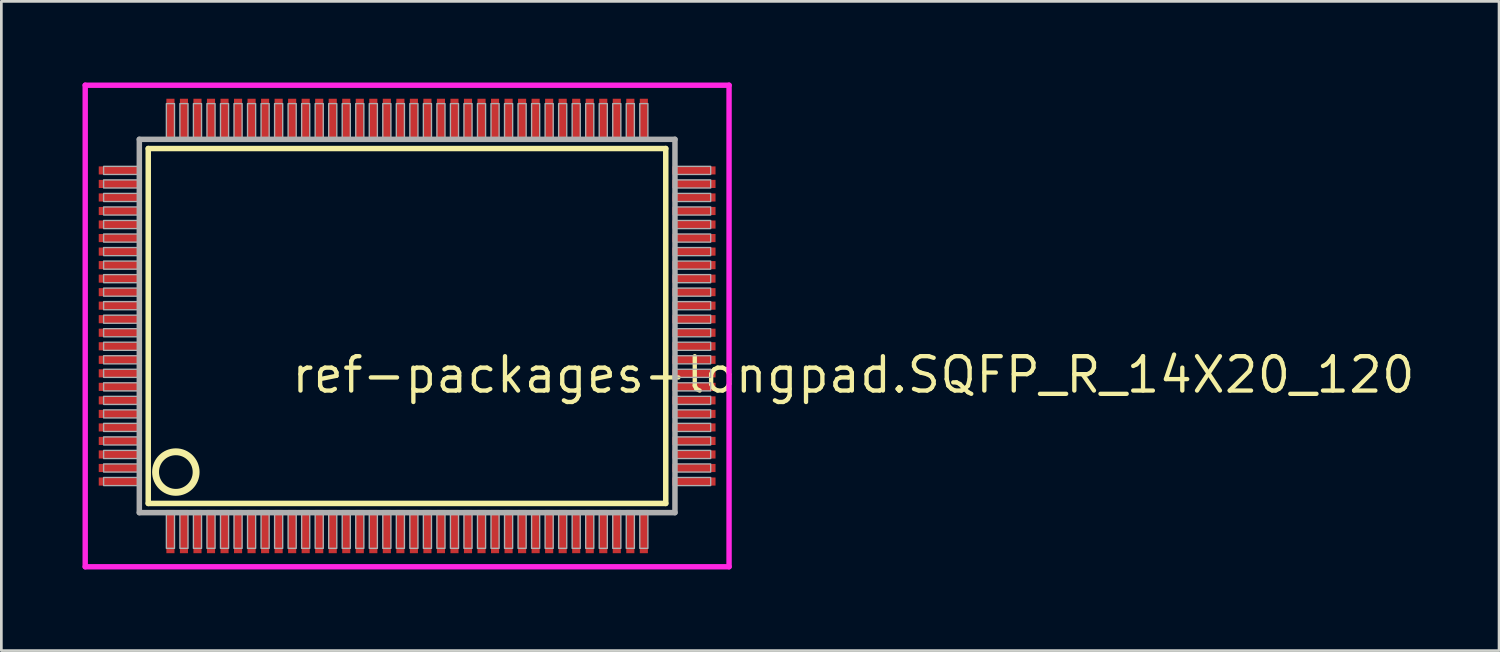
<source format=kicad_pcb>
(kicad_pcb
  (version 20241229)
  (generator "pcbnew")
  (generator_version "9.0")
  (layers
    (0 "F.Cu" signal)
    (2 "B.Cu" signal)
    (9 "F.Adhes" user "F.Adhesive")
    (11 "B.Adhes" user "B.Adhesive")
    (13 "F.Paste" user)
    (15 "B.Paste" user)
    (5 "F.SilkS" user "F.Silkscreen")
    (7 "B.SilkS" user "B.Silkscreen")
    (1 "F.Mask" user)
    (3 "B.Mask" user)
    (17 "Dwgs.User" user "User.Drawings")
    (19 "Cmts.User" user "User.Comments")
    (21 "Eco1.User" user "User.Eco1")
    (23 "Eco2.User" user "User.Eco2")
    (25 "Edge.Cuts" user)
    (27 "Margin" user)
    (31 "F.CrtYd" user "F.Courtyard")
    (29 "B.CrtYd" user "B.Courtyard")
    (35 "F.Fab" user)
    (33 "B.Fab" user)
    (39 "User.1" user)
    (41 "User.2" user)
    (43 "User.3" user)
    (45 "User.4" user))
  (footprint "ref-packages-longpad.SQFP_R_14X20_120"
    (layer "F.Cu")
    (at 12 9)
    (property "Reference" "ref-packages-longpad.SQFP_R_14X20_120" (at -4.35 2.55 0) (layer "F.SilkS") (effects (font (size 1.27 1.27) (thickness 0.16)) (justify left bottom)))
    (attr smd)
    (fp_line (start -9.57 -6.56) (end 9.56 -6.56) (stroke (width 0.203) (type default)) (layer "F.SilkS"))
    (fp_line (start -9.57 6.56) (end -9.57 -6.56) (stroke (width 0.203) (type default)) (layer "F.SilkS"))
    (fp_line (start 9.56 -6.56) (end 9.56 6.56) (stroke (width 0.203) (type default)) (layer "F.SilkS"))
    (fp_line (start 9.56 6.56) (end -9.57 6.56) (stroke (width 0.203) (type default)) (layer "F.SilkS"))
    (fp_circle (center -8.55 5.4) (end -7.8 5.4) (stroke (width 0.254) (type default)) (fill no) (layer "F.SilkS"))
    (fp_line (start -11.9 -8.9) (end 11.9 -8.9) (stroke (width 0.2) (type default)) (layer "F.CrtYd"))
    (fp_line (start -11.9 8.9) (end -11.9 -8.9) (stroke (width 0.2) (type default)) (layer "F.CrtYd"))
    (fp_line (start 11.9 -8.9) (end 11.9 8.9) (stroke (width 0.2) (type default)) (layer "F.CrtYd"))
    (fp_line (start 11.9 8.9) (end -11.9 8.9) (stroke (width 0.2) (type default)) (layer "F.CrtYd"))
    (fp_line (start -9.9 -6.9) (end -9.9 6.9) (stroke (width 0.203) (type default)) (layer "F.Fab"))
    (fp_line (start -9.9 6.9) (end 9.9 6.9) (stroke (width 0.203) (type default)) (layer "F.Fab"))
    (fp_line (start 9.9 -6.9) (end -9.9 -6.9) (stroke (width 0.203) (type default)) (layer "F.Fab"))
    (fp_line (start 9.9 6.9) (end 9.9 -6.9) (stroke (width 0.203) (type default)) (layer "F.Fab"))
    (fp_rect (start -11.22 -5.6) (end -9.95 -5.9) (stroke (width 0.05) (type default)) (fill no) (layer "F.Fab"))
    (fp_rect (start -11.22 -5.1) (end -9.95 -5.4) (stroke (width 0.05) (type default)) (fill no) (layer "F.Fab"))
    (fp_rect (start -11.22 -4.6) (end -9.95 -4.9) (stroke (width 0.05) (type default)) (fill no) (layer "F.Fab"))
    (fp_rect (start -11.22 -4.1) (end -9.95 -4.4) (stroke (width 0.05) (type default)) (fill no) (layer "F.Fab"))
    (fp_rect (start -11.22 -3.6) (end -9.95 -3.9) (stroke (width 0.05) (type default)) (fill no) (layer "F.Fab"))
    (fp_rect (start -11.22 -3.1) (end -9.95 -3.4) (stroke (width 0.05) (type default)) (fill no) (layer "F.Fab"))
    (fp_rect (start -11.22 -2.6) (end -9.95 -2.9) (stroke (width 0.05) (type default)) (fill no) (layer "F.Fab"))
    (fp_rect (start -11.22 -2.1) (end -9.95 -2.4) (stroke (width 0.05) (type default)) (fill no) (layer "F.Fab"))
    (fp_rect (start -11.22 -1.6) (end -9.95 -1.9) (stroke (width 0.05) (type default)) (fill no) (layer "F.Fab"))
    (fp_rect (start -11.22 -1.1) (end -9.95 -1.4) (stroke (width 0.05) (type default)) (fill no) (layer "F.Fab"))
    (fp_rect (start -11.22 -0.6) (end -9.95 -0.9) (stroke (width 0.05) (type default)) (fill no) (layer "F.Fab"))
    (fp_rect (start -11.22 -0.1) (end -9.95 -0.4) (stroke (width 0.05) (type default)) (fill no) (layer "F.Fab"))
    (fp_rect (start -11.22 0.4) (end -9.95 0.1) (stroke (width 0.05) (type default)) (fill no) (layer "F.Fab"))
    (fp_rect (start -11.22 0.9) (end -9.95 0.6) (stroke (width 0.05) (type default)) (fill no) (layer "F.Fab"))
    (fp_rect (start -11.22 1.4) (end -9.95 1.1) (stroke (width 0.05) (type default)) (fill no) (layer "F.Fab"))
    (fp_rect (start -11.22 1.9) (end -9.95 1.6) (stroke (width 0.05) (type default)) (fill no) (layer "F.Fab"))
    (fp_rect (start -11.22 2.4) (end -9.95 2.1) (stroke (width 0.05) (type default)) (fill no) (layer "F.Fab"))
    (fp_rect (start -11.22 2.9) (end -9.95 2.6) (stroke (width 0.05) (type default)) (fill no) (layer "F.Fab"))
    (fp_rect (start -11.22 3.4) (end -9.95 3.1) (stroke (width 0.05) (type default)) (fill no) (layer "F.Fab"))
    (fp_rect (start -11.22 3.9) (end -9.95 3.6) (stroke (width 0.05) (type default)) (fill no) (layer "F.Fab"))
    (fp_rect (start -11.22 4.4) (end -9.95 4.1) (stroke (width 0.05) (type default)) (fill no) (layer "F.Fab"))
    (fp_rect (start -11.22 4.9) (end -9.95 4.6) (stroke (width 0.05) (type default)) (fill no) (layer "F.Fab"))
    (fp_rect (start -11.22 5.4) (end -9.95 5.1) (stroke (width 0.05) (type default)) (fill no) (layer "F.Fab"))
    (fp_rect (start -11.22 5.9) (end -9.95 5.6) (stroke (width 0.05) (type default)) (fill no) (layer "F.Fab"))
    (fp_rect (start -8.9 -6.95) (end -8.6 -8.22) (stroke (width 0.05) (type default)) (fill no) (layer "F.Fab"))
    (fp_rect (start -8.9 8.22) (end -8.6 6.95) (stroke (width 0.05) (type default)) (fill no) (layer "F.Fab"))
    (fp_rect (start -8.4 -6.95) (end -8.1 -8.22) (stroke (width 0.05) (type default)) (fill no) (layer "F.Fab"))
    (fp_rect (start -8.4 8.22) (end -8.1 6.95) (stroke (width 0.05) (type default)) (fill no) (layer "F.Fab"))
    (fp_rect (start -7.9 -6.95) (end -7.6 -8.22) (stroke (width 0.05) (type default)) (fill no) (layer "F.Fab"))
    (fp_rect (start -7.9 8.22) (end -7.6 6.95) (stroke (width 0.05) (type default)) (fill no) (layer "F.Fab"))
    (fp_rect (start -7.4 -6.95) (end -7.1 -8.22) (stroke (width 0.05) (type default)) (fill no) (layer "F.Fab"))
    (fp_rect (start -7.4 8.22) (end -7.1 6.95) (stroke (width 0.05) (type default)) (fill no) (layer "F.Fab"))
    (fp_rect (start -6.9 -6.95) (end -6.6 -8.22) (stroke (width 0.05) (type default)) (fill no) (layer "F.Fab"))
    (fp_rect (start -6.9 8.22) (end -6.6 6.95) (stroke (width 0.05) (type default)) (fill no) (layer "F.Fab"))
    (fp_rect (start -6.4 -6.95) (end -6.1 -8.22) (stroke (width 0.05) (type default)) (fill no) (layer "F.Fab"))
    (fp_rect (start -6.4 8.22) (end -6.1 6.95) (stroke (width 0.05) (type default)) (fill no) (layer "F.Fab"))
    (fp_rect (start -5.9 -6.95) (end -5.6 -8.22) (stroke (width 0.05) (type default)) (fill no) (layer "F.Fab"))
    (fp_rect (start -5.9 8.22) (end -5.6 6.95) (stroke (width 0.05) (type default)) (fill no) (layer "F.Fab"))
    (fp_rect (start -5.4 -6.95) (end -5.1 -8.22) (stroke (width 0.05) (type default)) (fill no) (layer "F.Fab"))
    (fp_rect (start -5.4 8.22) (end -5.1 6.95) (stroke (width 0.05) (type default)) (fill no) (layer "F.Fab"))
    (fp_rect (start -4.9 -6.95) (end -4.6 -8.22) (stroke (width 0.05) (type default)) (fill no) (layer "F.Fab"))
    (fp_rect (start -4.9 8.22) (end -4.6 6.95) (stroke (width 0.05) (type default)) (fill no) (layer "F.Fab"))
    (fp_rect (start -4.4 -6.95) (end -4.1 -8.22) (stroke (width 0.05) (type default)) (fill no) (layer "F.Fab"))
    (fp_rect (start -4.4 8.22) (end -4.1 6.95) (stroke (width 0.05) (type default)) (fill no) (layer "F.Fab"))
    (fp_rect (start -3.9 -6.95) (end -3.6 -8.22) (stroke (width 0.05) (type default)) (fill no) (layer "F.Fab"))
    (fp_rect (start -3.9 8.22) (end -3.6 6.95) (stroke (width 0.05) (type default)) (fill no) (layer "F.Fab"))
    (fp_rect (start -3.4 -6.95) (end -3.1 -8.22) (stroke (width 0.05) (type default)) (fill no) (layer "F.Fab"))
    (fp_rect (start -3.4 8.22) (end -3.1 6.95) (stroke (width 0.05) (type default)) (fill no) (layer "F.Fab"))
    (fp_rect (start -2.9 -6.95) (end -2.6 -8.22) (stroke (width 0.05) (type default)) (fill no) (layer "F.Fab"))
    (fp_rect (start -2.9 8.22) (end -2.6 6.95) (stroke (width 0.05) (type default)) (fill no) (layer "F.Fab"))
    (fp_rect (start -2.4 -6.95) (end -2.1 -8.22) (stroke (width 0.05) (type default)) (fill no) (layer "F.Fab"))
    (fp_rect (start -2.4 8.22) (end -2.1 6.95) (stroke (width 0.05) (type default)) (fill no) (layer "F.Fab"))
    (fp_rect (start -1.9 -6.95) (end -1.6 -8.22) (stroke (width 0.05) (type default)) (fill no) (layer "F.Fab"))
    (fp_rect (start -1.9 8.22) (end -1.6 6.95) (stroke (width 0.05) (type default)) (fill no) (layer "F.Fab"))
    (fp_rect (start -1.4 -6.95) (end -1.1 -8.22) (stroke (width 0.05) (type default)) (fill no) (layer "F.Fab"))
    (fp_rect (start -1.4 8.22) (end -1.1 6.95) (stroke (width 0.05) (type default)) (fill no) (layer "F.Fab"))
    (fp_rect (start -0.9 -6.95) (end -0.6 -8.22) (stroke (width 0.05) (type default)) (fill no) (layer "F.Fab"))
    (fp_rect (start -0.9 8.22) (end -0.6 6.95) (stroke (width 0.05) (type default)) (fill no) (layer "F.Fab"))
    (fp_rect (start -0.4 -6.95) (end -0.1 -8.22) (stroke (width 0.05) (type default)) (fill no) (layer "F.Fab"))
    (fp_rect (start -0.4 8.22) (end -0.1 6.95) (stroke (width 0.05) (type default)) (fill no) (layer "F.Fab"))
    (fp_rect (start 0.1 -6.95) (end 0.4 -8.22) (stroke (width 0.05) (type default)) (fill no) (layer "F.Fab"))
    (fp_rect (start 0.1 8.22) (end 0.4 6.95) (stroke (width 0.05) (type default)) (fill no) (layer "F.Fab"))
    (fp_rect (start 0.6 -6.95) (end 0.9 -8.22) (stroke (width 0.05) (type default)) (fill no) (layer "F.Fab"))
    (fp_rect (start 0.6 8.22) (end 0.9 6.95) (stroke (width 0.05) (type default)) (fill no) (layer "F.Fab"))
    (fp_rect (start 1.1 -6.95) (end 1.4 -8.22) (stroke (width 0.05) (type default)) (fill no) (layer "F.Fab"))
    (fp_rect (start 1.1 8.22) (end 1.4 6.95) (stroke (width 0.05) (type default)) (fill no) (layer "F.Fab"))
    (fp_rect (start 1.6 -6.95) (end 1.9 -8.22) (stroke (width 0.05) (type default)) (fill no) (layer "F.Fab"))
    (fp_rect (start 1.6 8.22) (end 1.9 6.95) (stroke (width 0.05) (type default)) (fill no) (layer "F.Fab"))
    (fp_rect (start 2.1 -6.95) (end 2.4 -8.22) (stroke (width 0.05) (type default)) (fill no) (layer "F.Fab"))
    (fp_rect (start 2.1 8.22) (end 2.4 6.95) (stroke (width 0.05) (type default)) (fill no) (layer "F.Fab"))
    (fp_rect (start 2.6 -6.95) (end 2.9 -8.22) (stroke (width 0.05) (type default)) (fill no) (layer "F.Fab"))
    (fp_rect (start 2.6 8.22) (end 2.9 6.95) (stroke (width 0.05) (type default)) (fill no) (layer "F.Fab"))
    (fp_rect (start 3.1 -6.95) (end 3.4 -8.22) (stroke (width 0.05) (type default)) (fill no) (layer "F.Fab"))
    (fp_rect (start 3.1 8.22) (end 3.4 6.95) (stroke (width 0.05) (type default)) (fill no) (layer "F.Fab"))
    (fp_rect (start 3.6 -6.95) (end 3.9 -8.22) (stroke (width 0.05) (type default)) (fill no) (layer "F.Fab"))
    (fp_rect (start 3.6 8.22) (end 3.9 6.95) (stroke (width 0.05) (type default)) (fill no) (layer "F.Fab"))
    (fp_rect (start 4.1 -6.95) (end 4.4 -8.22) (stroke (width 0.05) (type default)) (fill no) (layer "F.Fab"))
    (fp_rect (start 4.1 8.22) (end 4.4 6.95) (stroke (width 0.05) (type default)) (fill no) (layer "F.Fab"))
    (fp_rect (start 4.6 -6.95) (end 4.9 -8.22) (stroke (width 0.05) (type default)) (fill no) (layer "F.Fab"))
    (fp_rect (start 4.6 8.22) (end 4.9 6.95) (stroke (width 0.05) (type default)) (fill no) (layer "F.Fab"))
    (fp_rect (start 5.1 -6.95) (end 5.4 -8.22) (stroke (width 0.05) (type default)) (fill no) (layer "F.Fab"))
    (fp_rect (start 5.1 8.22) (end 5.4 6.95) (stroke (width 0.05) (type default)) (fill no) (layer "F.Fab"))
    (fp_rect (start 5.6 -6.95) (end 5.9 -8.22) (stroke (width 0.05) (type default)) (fill no) (layer "F.Fab"))
    (fp_rect (start 5.6 8.22) (end 5.9 6.95) (stroke (width 0.05) (type default)) (fill no) (layer "F.Fab"))
    (fp_rect (start 6.1 -6.95) (end 6.4 -8.22) (stroke (width 0.05) (type default)) (fill no) (layer "F.Fab"))
    (fp_rect (start 6.1 8.22) (end 6.4 6.95) (stroke (width 0.05) (type default)) (fill no) (layer "F.Fab"))
    (fp_rect (start 6.6 -6.95) (end 6.9 -8.22) (stroke (width 0.05) (type default)) (fill no) (layer "F.Fab"))
    (fp_rect (start 6.6 8.22) (end 6.9 6.95) (stroke (width 0.05) (type default)) (fill no) (layer "F.Fab"))
    (fp_rect (start 7.1 -6.95) (end 7.4 -8.22) (stroke (width 0.05) (type default)) (fill no) (layer "F.Fab"))
    (fp_rect (start 7.1 8.22) (end 7.4 6.95) (stroke (width 0.05) (type default)) (fill no) (layer "F.Fab"))
    (fp_rect (start 7.6 -6.95) (end 7.9 -8.22) (stroke (width 0.05) (type default)) (fill no) (layer "F.Fab"))
    (fp_rect (start 7.6 8.22) (end 7.9 6.95) (stroke (width 0.05) (type default)) (fill no) (layer "F.Fab"))
    (fp_rect (start 8.1 -6.95) (end 8.4 -8.22) (stroke (width 0.05) (type default)) (fill no) (layer "F.Fab"))
    (fp_rect (start 8.1 8.22) (end 8.4 6.95) (stroke (width 0.05) (type default)) (fill no) (layer "F.Fab"))
    (fp_rect (start 8.6 -6.95) (end 8.9 -8.22) (stroke (width 0.05) (type default)) (fill no) (layer "F.Fab"))
    (fp_rect (start 8.6 8.22) (end 8.9 6.95) (stroke (width 0.05) (type default)) (fill no) (layer "F.Fab"))
    (fp_rect (start 9.95 -5.6) (end 11.22 -5.9) (stroke (width 0.05) (type default)) (fill no) (layer "F.Fab"))
    (fp_rect (start 9.95 -5.1) (end 11.22 -5.4) (stroke (width 0.05) (type default)) (fill no) (layer "F.Fab"))
    (fp_rect (start 9.95 -4.6) (end 11.22 -4.9) (stroke (width 0.05) (type default)) (fill no) (layer "F.Fab"))
    (fp_rect (start 9.95 -4.1) (end 11.22 -4.4) (stroke (width 0.05) (type default)) (fill no) (layer "F.Fab"))
    (fp_rect (start 9.95 -3.6) (end 11.22 -3.9) (stroke (width 0.05) (type default)) (fill no) (layer "F.Fab"))
    (fp_rect (start 9.95 -3.1) (end 11.22 -3.4) (stroke (width 0.05) (type default)) (fill no) (layer "F.Fab"))
    (fp_rect (start 9.95 -2.6) (end 11.22 -2.9) (stroke (width 0.05) (type default)) (fill no) (layer "F.Fab"))
    (fp_rect (start 9.95 -2.1) (end 11.22 -2.4) (stroke (width 0.05) (type default)) (fill no) (layer "F.Fab"))
    (fp_rect (start 9.95 -1.6) (end 11.22 -1.9) (stroke (width 0.05) (type default)) (fill no) (layer "F.Fab"))
    (fp_rect (start 9.95 -1.1) (end 11.22 -1.4) (stroke (width 0.05) (type default)) (fill no) (layer "F.Fab"))
    (fp_rect (start 9.95 -0.6) (end 11.22 -0.9) (stroke (width 0.05) (type default)) (fill no) (layer "F.Fab"))
    (fp_rect (start 9.95 -0.1) (end 11.22 -0.4) (stroke (width 0.05) (type default)) (fill no) (layer "F.Fab"))
    (fp_rect (start 9.95 0.4) (end 11.22 0.1) (stroke (width 0.05) (type default)) (fill no) (layer "F.Fab"))
    (fp_rect (start 9.95 0.9) (end 11.22 0.6) (stroke (width 0.05) (type default)) (fill no) (layer "F.Fab"))
    (fp_rect (start 9.95 1.4) (end 11.22 1.1) (stroke (width 0.05) (type default)) (fill no) (layer "F.Fab"))
    (fp_rect (start 9.95 1.9) (end 11.22 1.6) (stroke (width 0.05) (type default)) (fill no) (layer "F.Fab"))
    (fp_rect (start 9.95 2.4) (end 11.22 2.1) (stroke (width 0.05) (type default)) (fill no) (layer "F.Fab"))
    (fp_rect (start 9.95 2.9) (end 11.22 2.6) (stroke (width 0.05) (type default)) (fill no) (layer "F.Fab"))
    (fp_rect (start 9.95 3.4) (end 11.22 3.1) (stroke (width 0.05) (type default)) (fill no) (layer "F.Fab"))
    (fp_rect (start 9.95 3.9) (end 11.22 3.6) (stroke (width 0.05) (type default)) (fill no) (layer "F.Fab"))
    (fp_rect (start 9.95 4.4) (end 11.22 4.1) (stroke (width 0.05) (type default)) (fill no) (layer "F.Fab"))
    (fp_rect (start 9.95 4.9) (end 11.22 4.6) (stroke (width 0.05) (type default)) (fill no) (layer "F.Fab"))
    (fp_rect (start 9.95 5.4) (end 11.22 5.1) (stroke (width 0.05) (type default)) (fill no) (layer "F.Fab"))
    (fp_rect (start 9.95 5.9) (end 11.22 5.6) (stroke (width 0.05) (type default)) (fill no) (layer "F.Fab"))
    (pad "1" smd roundrect (at -8.75 7.6) (size 0.3 1.6) (layers "F.Cu" "F.Mask" "F.Paste") (roundrect_rratio 0.01))
    (pad "2" smd roundrect (at -8.25 7.6) (size 0.3 1.6) (layers "F.Cu" "F.Mask" "F.Paste") (roundrect_rratio 0.01))
    (pad "3" smd roundrect (at -7.75 7.6) (size 0.3 1.6) (layers "F.Cu" "F.Mask" "F.Paste") (roundrect_rratio 0.01))
    (pad "4" smd roundrect (at -7.25 7.6) (size 0.3 1.6) (layers "F.Cu" "F.Mask" "F.Paste") (roundrect_rratio 0.01))
    (pad "5" smd roundrect (at -6.75 7.6) (size 0.3 1.6) (layers "F.Cu" "F.Mask" "F.Paste") (roundrect_rratio 0.01))
    (pad "6" smd roundrect (at -6.25 7.6) (size 0.3 1.6) (layers "F.Cu" "F.Mask" "F.Paste") (roundrect_rratio 0.01))
    (pad "7" smd roundrect (at -5.75 7.6) (size 0.3 1.6) (layers "F.Cu" "F.Mask" "F.Paste") (roundrect_rratio 0.01))
    (pad "8" smd roundrect (at -5.25 7.6) (size 0.3 1.6) (layers "F.Cu" "F.Mask" "F.Paste") (roundrect_rratio 0.01))
    (pad "9" smd roundrect (at -4.75 7.6) (size 0.3 1.6) (layers "F.Cu" "F.Mask" "F.Paste") (roundrect_rratio 0.01))
    (pad "10" smd roundrect (at -4.25 7.6) (size 0.3 1.6) (layers "F.Cu" "F.Mask" "F.Paste") (roundrect_rratio 0.01))
    (pad "11" smd roundrect (at -3.75 7.6) (size 0.3 1.6) (layers "F.Cu" "F.Mask" "F.Paste") (roundrect_rratio 0.01))
    (pad "12" smd roundrect (at -3.25 7.6) (size 0.3 1.6) (layers "F.Cu" "F.Mask" "F.Paste") (roundrect_rratio 0.01))
    (pad "13" smd roundrect (at -2.75 7.6) (size 0.3 1.6) (layers "F.Cu" "F.Mask" "F.Paste") (roundrect_rratio 0.01))
    (pad "14" smd roundrect (at -2.25 7.6) (size 0.3 1.6) (layers "F.Cu" "F.Mask" "F.Paste") (roundrect_rratio 0.01))
    (pad "15" smd roundrect (at -1.75 7.6) (size 0.3 1.6) (layers "F.Cu" "F.Mask" "F.Paste") (roundrect_rratio 0.01))
    (pad "16" smd roundrect (at -1.25 7.6) (size 0.3 1.6) (layers "F.Cu" "F.Mask" "F.Paste") (roundrect_rratio 0.01))
    (pad "17" smd roundrect (at -0.75 7.6) (size 0.3 1.6) (layers "F.Cu" "F.Mask" "F.Paste") (roundrect_rratio 0.01))
    (pad "18" smd roundrect (at -0.25 7.6) (size 0.3 1.6) (layers "F.Cu" "F.Mask" "F.Paste") (roundrect_rratio 0.01))
    (pad "19" smd roundrect (at 0.25 7.6) (size 0.3 1.6) (layers "F.Cu" "F.Mask" "F.Paste") (roundrect_rratio 0.01))
    (pad "20" smd roundrect (at 0.75 7.6) (size 0.3 1.6) (layers "F.Cu" "F.Mask" "F.Paste") (roundrect_rratio 0.01))
    (pad "21" smd roundrect (at 1.25 7.6) (size 0.3 1.6) (layers "F.Cu" "F.Mask" "F.Paste") (roundrect_rratio 0.01))
    (pad "22" smd roundrect (at 1.75 7.6) (size 0.3 1.6) (layers "F.Cu" "F.Mask" "F.Paste") (roundrect_rratio 0.01))
    (pad "23" smd roundrect (at 2.25 7.6) (size 0.3 1.6) (layers "F.Cu" "F.Mask" "F.Paste") (roundrect_rratio 0.01))
    (pad "24" smd roundrect (at 2.75 7.6) (size 0.3 1.6) (layers "F.Cu" "F.Mask" "F.Paste") (roundrect_rratio 0.01))
    (pad "25" smd roundrect (at 3.25 7.6) (size 0.3 1.6) (layers "F.Cu" "F.Mask" "F.Paste") (roundrect_rratio 0.01))
    (pad "26" smd roundrect (at 3.75 7.6) (size 0.3 1.6) (layers "F.Cu" "F.Mask" "F.Paste") (roundrect_rratio 0.01))
    (pad "27" smd roundrect (at 4.25 7.6) (size 0.3 1.6) (layers "F.Cu" "F.Mask" "F.Paste") (roundrect_rratio 0.01))
    (pad "28" smd roundrect (at 4.75 7.6) (size 0.3 1.6) (layers "F.Cu" "F.Mask" "F.Paste") (roundrect_rratio 0.01))
    (pad "29" smd roundrect (at 5.25 7.6) (size 0.3 1.6) (layers "F.Cu" "F.Mask" "F.Paste") (roundrect_rratio 0.01))
    (pad "30" smd roundrect (at 5.75 7.6) (size 0.3 1.6) (layers "F.Cu" "F.Mask" "F.Paste") (roundrect_rratio 0.01))
    (pad "31" smd roundrect (at 6.25 7.6) (size 0.3 1.6) (layers "F.Cu" "F.Mask" "F.Paste") (roundrect_rratio 0.01))
    (pad "32" smd roundrect (at 6.75 7.6) (size 0.3 1.6) (layers "F.Cu" "F.Mask" "F.Paste") (roundrect_rratio 0.01))
    (pad "33" smd roundrect (at 7.25 7.6) (size 0.3 1.6) (layers "F.Cu" "F.Mask" "F.Paste") (roundrect_rratio 0.01))
    (pad "34" smd roundrect (at 7.75 7.6) (size 0.3 1.6) (layers "F.Cu" "F.Mask" "F.Paste") (roundrect_rratio 0.01))
    (pad "35" smd roundrect (at 8.25 7.6) (size 0.3 1.6) (layers "F.Cu" "F.Mask" "F.Paste") (roundrect_rratio 0.01))
    (pad "36" smd roundrect (at 8.75 7.6) (size 0.3 1.6) (layers "F.Cu" "F.Mask" "F.Paste") (roundrect_rratio 0.01))
    (pad "37" smd roundrect (at 10.6 5.75) (size 1.6 0.3) (layers "F.Cu" "F.Mask" "F.Paste") (roundrect_rratio 0.01))
    (pad "38" smd roundrect (at 10.6 5.25) (size 1.6 0.3) (layers "F.Cu" "F.Mask" "F.Paste") (roundrect_rratio 0.01))
    (pad "39" smd roundrect (at 10.6 4.75) (size 1.6 0.3) (layers "F.Cu" "F.Mask" "F.Paste") (roundrect_rratio 0.01))
    (pad "40" smd roundrect (at 10.6 4.25) (size 1.6 0.3) (layers "F.Cu" "F.Mask" "F.Paste") (roundrect_rratio 0.01))
    (pad "41" smd roundrect (at 10.6 3.75) (size 1.6 0.3) (layers "F.Cu" "F.Mask" "F.Paste") (roundrect_rratio 0.01))
    (pad "42" smd roundrect (at 10.6 3.25) (size 1.6 0.3) (layers "F.Cu" "F.Mask" "F.Paste") (roundrect_rratio 0.01))
    (pad "43" smd roundrect (at 10.6 2.75) (size 1.6 0.3) (layers "F.Cu" "F.Mask" "F.Paste") (roundrect_rratio 0.01))
    (pad "44" smd roundrect (at 10.6 2.25) (size 1.6 0.3) (layers "F.Cu" "F.Mask" "F.Paste") (roundrect_rratio 0.01))
    (pad "45" smd roundrect (at 10.6 1.75) (size 1.6 0.3) (layers "F.Cu" "F.Mask" "F.Paste") (roundrect_rratio 0.01))
    (pad "46" smd roundrect (at 10.6 1.25) (size 1.6 0.3) (layers "F.Cu" "F.Mask" "F.Paste") (roundrect_rratio 0.01))
    (pad "47" smd roundrect (at 10.6 0.75) (size 1.6 0.3) (layers "F.Cu" "F.Mask" "F.Paste") (roundrect_rratio 0.01))
    (pad "48" smd roundrect (at 10.6 0.25) (size 1.6 0.3) (layers "F.Cu" "F.Mask" "F.Paste") (roundrect_rratio 0.01))
    (pad "49" smd roundrect (at 10.6 -0.25) (size 1.6 0.3) (layers "F.Cu" "F.Mask" "F.Paste") (roundrect_rratio 0.01))
    (pad "50" smd roundrect (at 10.6 -0.75) (size 1.6 0.3) (layers "F.Cu" "F.Mask" "F.Paste") (roundrect_rratio 0.01))
    (pad "51" smd roundrect (at 10.6 -1.25) (size 1.6 0.3) (layers "F.Cu" "F.Mask" "F.Paste") (roundrect_rratio 0.01))
    (pad "52" smd roundrect (at 10.6 -1.75) (size 1.6 0.3) (layers "F.Cu" "F.Mask" "F.Paste") (roundrect_rratio 0.01))
    (pad "53" smd roundrect (at 10.6 -2.25) (size 1.6 0.3) (layers "F.Cu" "F.Mask" "F.Paste") (roundrect_rratio 0.01))
    (pad "54" smd roundrect (at 10.6 -2.75) (size 1.6 0.3) (layers "F.Cu" "F.Mask" "F.Paste") (roundrect_rratio 0.01))
    (pad "55" smd roundrect (at 10.6 -3.25) (size 1.6 0.3) (layers "F.Cu" "F.Mask" "F.Paste") (roundrect_rratio 0.01))
    (pad "56" smd roundrect (at 10.6 -3.75) (size 1.6 0.3) (layers "F.Cu" "F.Mask" "F.Paste") (roundrect_rratio 0.01))
    (pad "57" smd roundrect (at 10.6 -4.25) (size 1.6 0.3) (layers "F.Cu" "F.Mask" "F.Paste") (roundrect_rratio 0.01))
    (pad "58" smd roundrect (at 10.6 -4.75) (size 1.6 0.3) (layers "F.Cu" "F.Mask" "F.Paste") (roundrect_rratio 0.01))
    (pad "59" smd roundrect (at 10.6 -5.25) (size 1.6 0.3) (layers "F.Cu" "F.Mask" "F.Paste") (roundrect_rratio 0.01))
    (pad "60" smd roundrect (at 10.6 -5.75) (size 1.6 0.3) (layers "F.Cu" "F.Mask" "F.Paste") (roundrect_rratio 0.01))
    (pad "61" smd roundrect (at 8.75 -7.6) (size 0.3 1.6) (layers "F.Cu" "F.Mask" "F.Paste") (roundrect_rratio 0.01))
    (pad "62" smd roundrect (at 8.25 -7.6) (size 0.3 1.6) (layers "F.Cu" "F.Mask" "F.Paste") (roundrect_rratio 0.01))
    (pad "63" smd roundrect (at 7.75 -7.6) (size 0.3 1.6) (layers "F.Cu" "F.Mask" "F.Paste") (roundrect_rratio 0.01))
    (pad "64" smd roundrect (at 7.25 -7.6) (size 0.3 1.6) (layers "F.Cu" "F.Mask" "F.Paste") (roundrect_rratio 0.01))
    (pad "65" smd roundrect (at 6.75 -7.6) (size 0.3 1.6) (layers "F.Cu" "F.Mask" "F.Paste") (roundrect_rratio 0.01))
    (pad "66" smd roundrect (at 6.25 -7.6) (size 0.3 1.6) (layers "F.Cu" "F.Mask" "F.Paste") (roundrect_rratio 0.01))
    (pad "67" smd roundrect (at 5.75 -7.6) (size 0.3 1.6) (layers "F.Cu" "F.Mask" "F.Paste") (roundrect_rratio 0.01))
    (pad "68" smd roundrect (at 5.25 -7.6) (size 0.3 1.6) (layers "F.Cu" "F.Mask" "F.Paste") (roundrect_rratio 0.01))
    (pad "69" smd roundrect (at 4.75 -7.6) (size 0.3 1.6) (layers "F.Cu" "F.Mask" "F.Paste") (roundrect_rratio 0.01))
    (pad "70" smd roundrect (at 4.25 -7.6) (size 0.3 1.6) (layers "F.Cu" "F.Mask" "F.Paste") (roundrect_rratio 0.01))
    (pad "71" smd roundrect (at 3.75 -7.6) (size 0.3 1.6) (layers "F.Cu" "F.Mask" "F.Paste") (roundrect_rratio 0.01))
    (pad "72" smd roundrect (at 3.25 -7.6) (size 0.3 1.6) (layers "F.Cu" "F.Mask" "F.Paste") (roundrect_rratio 0.01))
    (pad "73" smd roundrect (at 2.75 -7.6) (size 0.3 1.6) (layers "F.Cu" "F.Mask" "F.Paste") (roundrect_rratio 0.01))
    (pad "74" smd roundrect (at 2.25 -7.6) (size 0.3 1.6) (layers "F.Cu" "F.Mask" "F.Paste") (roundrect_rratio 0.01))
    (pad "75" smd roundrect (at 1.75 -7.6) (size 0.3 1.6) (layers "F.Cu" "F.Mask" "F.Paste") (roundrect_rratio 0.01))
    (pad "76" smd roundrect (at 1.25 -7.6) (size 0.3 1.6) (layers "F.Cu" "F.Mask" "F.Paste") (roundrect_rratio 0.01))
    (pad "77" smd roundrect (at 0.75 -7.6) (size 0.3 1.6) (layers "F.Cu" "F.Mask" "F.Paste") (roundrect_rratio 0.01))
    (pad "78" smd roundrect (at 0.25 -7.6) (size 0.3 1.6) (layers "F.Cu" "F.Mask" "F.Paste") (roundrect_rratio 0.01))
    (pad "79" smd roundrect (at -0.25 -7.6) (size 0.3 1.6) (layers "F.Cu" "F.Mask" "F.Paste") (roundrect_rratio 0.01))
    (pad "80" smd roundrect (at -0.75 -7.6) (size 0.3 1.6) (layers "F.Cu" "F.Mask" "F.Paste") (roundrect_rratio 0.01))
    (pad "81" smd roundrect (at -1.25 -7.6) (size 0.3 1.6) (layers "F.Cu" "F.Mask" "F.Paste") (roundrect_rratio 0.01))
    (pad "82" smd roundrect (at -1.75 -7.6) (size 0.3 1.6) (layers "F.Cu" "F.Mask" "F.Paste") (roundrect_rratio 0.01))
    (pad "83" smd roundrect (at -2.25 -7.6) (size 0.3 1.6) (layers "F.Cu" "F.Mask" "F.Paste") (roundrect_rratio 0.01))
    (pad "84" smd roundrect (at -2.75 -7.6) (size 0.3 1.6) (layers "F.Cu" "F.Mask" "F.Paste") (roundrect_rratio 0.01))
    (pad "85" smd roundrect (at -3.25 -7.6) (size 0.3 1.6) (layers "F.Cu" "F.Mask" "F.Paste") (roundrect_rratio 0.01))
    (pad "86" smd roundrect (at -3.75 -7.6) (size 0.3 1.6) (layers "F.Cu" "F.Mask" "F.Paste") (roundrect_rratio 0.01))
    (pad "87" smd roundrect (at -4.25 -7.6) (size 0.3 1.6) (layers "F.Cu" "F.Mask" "F.Paste") (roundrect_rratio 0.01))
    (pad "88" smd roundrect (at -4.75 -7.6) (size 0.3 1.6) (layers "F.Cu" "F.Mask" "F.Paste") (roundrect_rratio 0.01))
    (pad "89" smd roundrect (at -5.25 -7.6) (size 0.3 1.6) (layers "F.Cu" "F.Mask" "F.Paste") (roundrect_rratio 0.01))
    (pad "90" smd roundrect (at -5.75 -7.6) (size 0.3 1.6) (layers "F.Cu" "F.Mask" "F.Paste") (roundrect_rratio 0.01))
    (pad "91" smd roundrect (at -6.25 -7.6) (size 0.3 1.6) (layers "F.Cu" "F.Mask" "F.Paste") (roundrect_rratio 0.01))
    (pad "92" smd roundrect (at -6.75 -7.6) (size 0.3 1.6) (layers "F.Cu" "F.Mask" "F.Paste") (roundrect_rratio 0.01))
    (pad "93" smd roundrect (at -7.25 -7.6) (size 0.3 1.6) (layers "F.Cu" "F.Mask" "F.Paste") (roundrect_rratio 0.01))
    (pad "94" smd roundrect (at -7.75 -7.6) (size 0.3 1.6) (layers "F.Cu" "F.Mask" "F.Paste") (roundrect_rratio 0.01))
    (pad "95" smd roundrect (at -8.25 -7.6) (size 0.3 1.6) (layers "F.Cu" "F.Mask" "F.Paste") (roundrect_rratio 0.01))
    (pad "96" smd roundrect (at -8.75 -7.6) (size 0.3 1.6) (layers "F.Cu" "F.Mask" "F.Paste") (roundrect_rratio 0.01))
    (pad "97" smd roundrect (at -10.6 -5.75) (size 1.6 0.3) (layers "F.Cu" "F.Mask" "F.Paste") (roundrect_rratio 0.01))
    (pad "98" smd roundrect (at -10.6 -5.25) (size 1.6 0.3) (layers "F.Cu" "F.Mask" "F.Paste") (roundrect_rratio 0.01))
    (pad "99" smd roundrect (at -10.6 -4.75) (size 1.6 0.3) (layers "F.Cu" "F.Mask" "F.Paste") (roundrect_rratio 0.01))
    (pad "100" smd roundrect (at -10.6 -4.25) (size 1.6 0.3) (layers "F.Cu" "F.Mask" "F.Paste") (roundrect_rratio 0.01))
    (pad "101" smd roundrect (at -10.6 -3.75) (size 1.6 0.3) (layers "F.Cu" "F.Mask" "F.Paste") (roundrect_rratio 0.01))
    (pad "102" smd roundrect (at -10.6 -3.25) (size 1.6 0.3) (layers "F.Cu" "F.Mask" "F.Paste") (roundrect_rratio 0.01))
    (pad "103" smd roundrect (at -10.6 -2.75) (size 1.6 0.3) (layers "F.Cu" "F.Mask" "F.Paste") (roundrect_rratio 0.01))
    (pad "104" smd roundrect (at -10.6 -2.25) (size 1.6 0.3) (layers "F.Cu" "F.Mask" "F.Paste") (roundrect_rratio 0.01))
    (pad "105" smd roundrect (at -10.6 -1.75) (size 1.6 0.3) (layers "F.Cu" "F.Mask" "F.Paste") (roundrect_rratio 0.01))
    (pad "106" smd roundrect (at -10.6 -1.25) (size 1.6 0.3) (layers "F.Cu" "F.Mask" "F.Paste") (roundrect_rratio 0.01))
    (pad "107" smd roundrect (at -10.6 -0.75) (size 1.6 0.3) (layers "F.Cu" "F.Mask" "F.Paste") (roundrect_rratio 0.01))
    (pad "108" smd roundrect (at -10.6 -0.25) (size 1.6 0.3) (layers "F.Cu" "F.Mask" "F.Paste") (roundrect_rratio 0.01))
    (pad "109" smd roundrect (at -10.6 0.25) (size 1.6 0.3) (layers "F.Cu" "F.Mask" "F.Paste") (roundrect_rratio 0.01))
    (pad "110" smd roundrect (at -10.6 0.75) (size 1.6 0.3) (layers "F.Cu" "F.Mask" "F.Paste") (roundrect_rratio 0.01))
    (pad "111" smd roundrect (at -10.6 1.25) (size 1.6 0.3) (layers "F.Cu" "F.Mask" "F.Paste") (roundrect_rratio 0.01))
    (pad "112" smd roundrect (at -10.6 1.75) (size 1.6 0.3) (layers "F.Cu" "F.Mask" "F.Paste") (roundrect_rratio 0.01))
    (pad "113" smd roundrect (at -10.6 2.25) (size 1.6 0.3) (layers "F.Cu" "F.Mask" "F.Paste") (roundrect_rratio 0.01))
    (pad "114" smd roundrect (at -10.6 2.75) (size 1.6 0.3) (layers "F.Cu" "F.Mask" "F.Paste") (roundrect_rratio 0.01))
    (pad "115" smd roundrect (at -10.6 3.25) (size 1.6 0.3) (layers "F.Cu" "F.Mask" "F.Paste") (roundrect_rratio 0.01))
    (pad "116" smd roundrect (at -10.6 3.75) (size 1.6 0.3) (layers "F.Cu" "F.Mask" "F.Paste") (roundrect_rratio 0.01))
    (pad "117" smd roundrect (at -10.6 4.25) (size 1.6 0.3) (layers "F.Cu" "F.Mask" "F.Paste") (roundrect_rratio 0.01))
    (pad "118" smd roundrect (at -10.6 4.75) (size 1.6 0.3) (layers "F.Cu" "F.Mask" "F.Paste") (roundrect_rratio 0.01))
    (pad "119" smd roundrect (at -10.6 5.25) (size 1.6 0.3) (layers "F.Cu" "F.Mask" "F.Paste") (roundrect_rratio 0.01))
    (pad "120" smd roundrect (at -10.6 5.75) (size 1.6 0.3) (layers "F.Cu" "F.Mask" "F.Paste") (roundrect_rratio 0.01)))
  (gr_rect
    (start -3 -3)
    (end 52.363 21)
    (stroke (width 0.1) (type default))
    (fill no)
    (layer "Edge.Cuts")))
</source>
